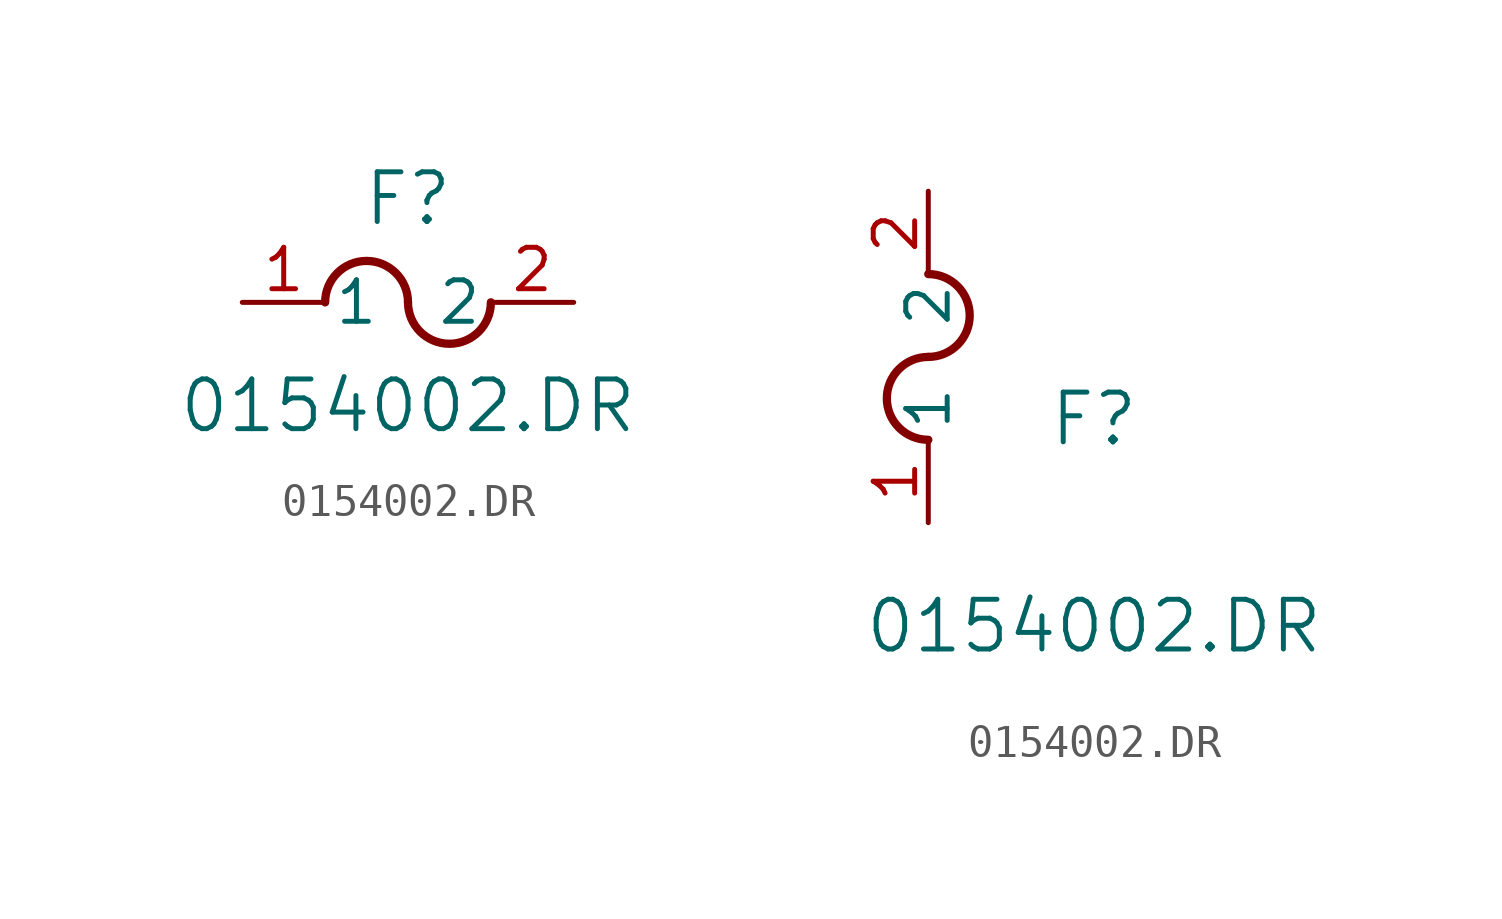
<source format=kicad_sym>
(kicad_symbol_lib
  (version 20211014)
  (generator kicad_symbol_editor)
  (symbol "0154002.DR"
    (pin_names
      (offset 0.254))
    (property "Reference" "F"
      (at 5.08 3.175 0)
      (effects (font (size 1.524 1.524))))
    (property "Value" "0154002.DR"
      (at 5.08 -3.175 0)
      (effects (font (size 1.524 1.524))))
    (symbol "0154002.DR_1_1"
      (arc (start 5.08 0) (mid 3.81 1.27) (end 2.54 0) (stroke (width 0.254) (type default) (color 0 0 0 0)) (fill (type none)))
      (arc (start 5.08 0) (mid 6.35 -1.27) (end 7.62 0) (stroke (width 0.254) (type default) (color 0 0 0 0)) (fill (type none)))
      (pin unspecified line (at 0 0 0) (length 2.54) (name "1" (effects (font (size 1.27 1.27)))) (number "1" (effects (font (size 1.27 1.27)))))
      (pin unspecified line (at 10.16 0 180) (length 2.54) (name "2" (effects (font (size 1.27 1.27)))) (number "2" (effects (font (size 1.27 1.27))))))
    (symbol "0154002.DR_1_2"
      (arc (start 0 5.08) (mid -1.27 3.81) (end 0 2.54) (stroke (width 0.254) (type default) (color 0 0 0 0)) (fill (type none)))
      (arc (start 0 5.08) (mid 1.27 6.35) (end 0 7.62) (stroke (width 0.254) (type default) (color 0 0 0 0)) (fill (type none)))
      (pin unspecified line (at 0 0 90) (length 2.54) (name "1" (effects (font (size 1.27 1.27)))) (number "1" (effects (font (size 1.27 1.27)))))
      (pin unspecified line (at 0 10.16 270) (length 2.54) (name "2" (effects (font (size 1.27 1.27)))) (number "2" (effects (font (size 1.27 1.27))))))))
</source>
